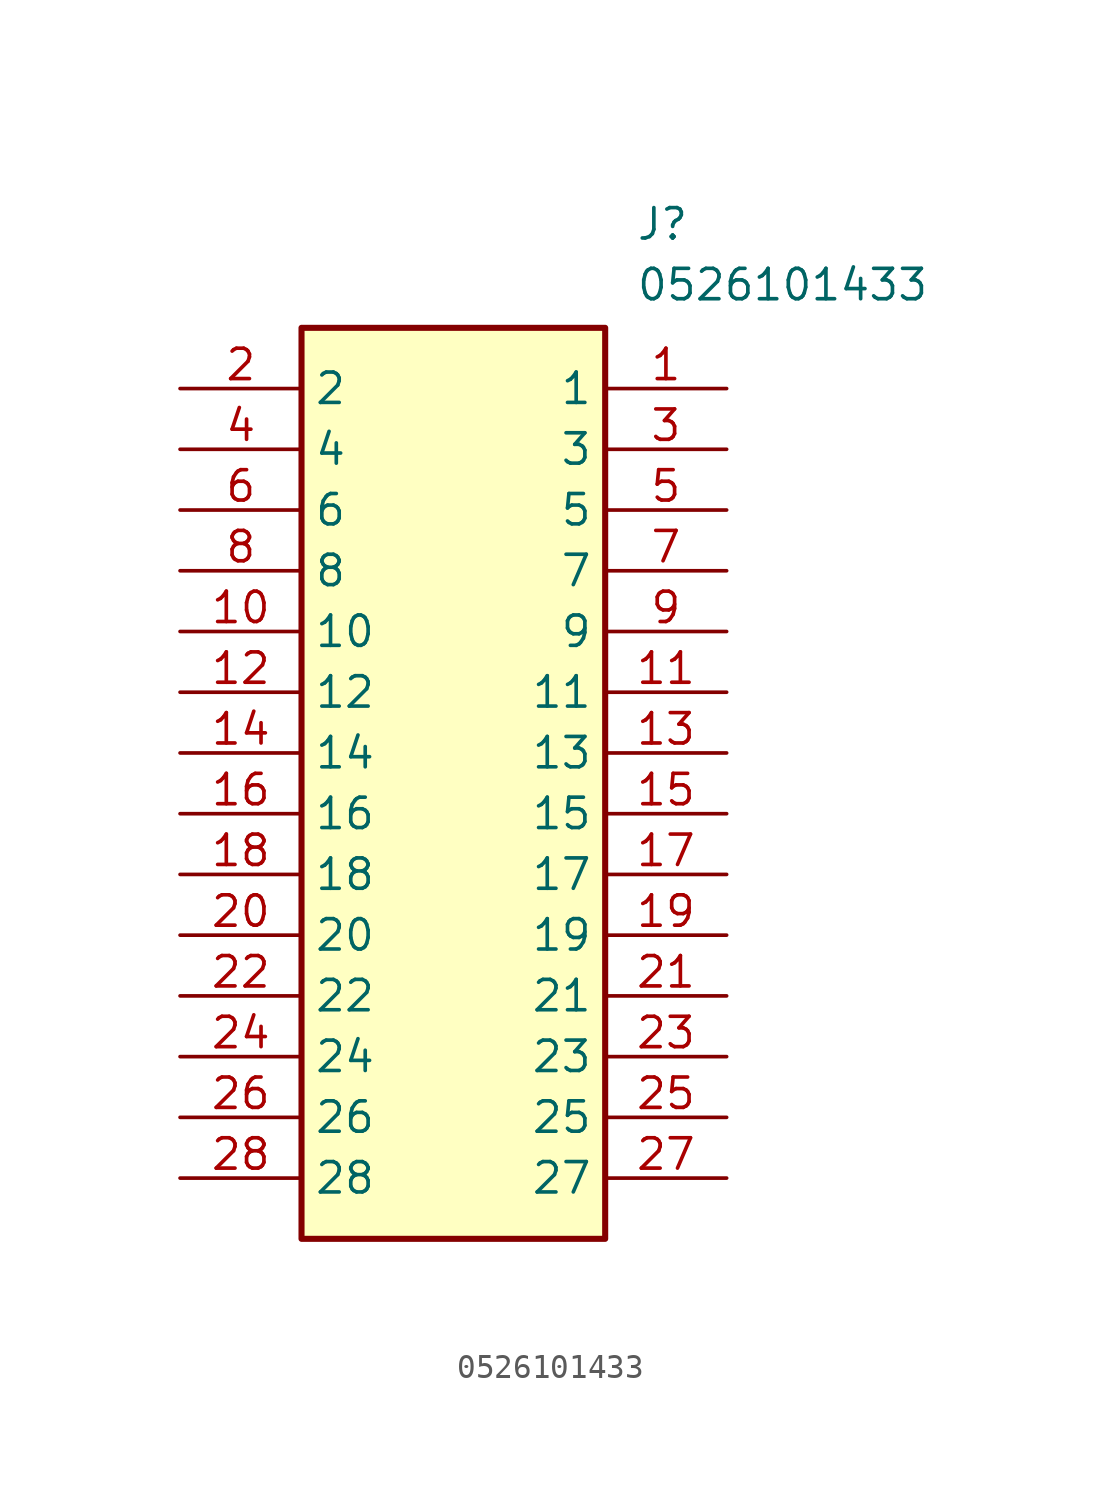
<source format=kicad_sym>
(kicad_symbol_lib
  (version 20211014)
  (generator SamacSys_ECAD_Model)
  (symbol "0526101433"
    (property "Reference" "J"
      (at 19.05 7.62 0)
      (effects (font (size 1.27 1.27)) (justify left top)))
    (property "Value" "0526101433"
      (at 19.05 5.08 0)
      (effects (font (size 1.27 1.27)) (justify left top)))
    (rectangle
      (start 5.08 2.54)
      (end 17.78 -35.56)
      (stroke (width 0.254) (type default))
      (fill (type background)))
    (pin passive line
      (at 22.86 0 180)
      (length 5.08)
      (name "1" (effects (font (size 1.27 1.27))))
      (number "1" (effects (font (size 1.27 1.27)))))
    (pin passive line
      (at 0 0 0)
      (length 5.08)
      (name "2" (effects (font (size 1.27 1.27))))
      (number "2" (effects (font (size 1.27 1.27)))))
    (pin passive line
      (at 22.86 -2.54 180)
      (length 5.08)
      (name "3" (effects (font (size 1.27 1.27))))
      (number "3" (effects (font (size 1.27 1.27)))))
    (pin passive line
      (at 0 -2.54 0)
      (length 5.08)
      (name "4" (effects (font (size 1.27 1.27))))
      (number "4" (effects (font (size 1.27 1.27)))))
    (pin passive line
      (at 22.86 -5.08 180)
      (length 5.08)
      (name "5" (effects (font (size 1.27 1.27))))
      (number "5" (effects (font (size 1.27 1.27)))))
    (pin passive line
      (at 0 -5.08 0)
      (length 5.08)
      (name "6" (effects (font (size 1.27 1.27))))
      (number "6" (effects (font (size 1.27 1.27)))))
    (pin passive line
      (at 22.86 -7.62 180)
      (length 5.08)
      (name "7" (effects (font (size 1.27 1.27))))
      (number "7" (effects (font (size 1.27 1.27)))))
    (pin passive line
      (at 0 -7.62 0)
      (length 5.08)
      (name "8" (effects (font (size 1.27 1.27))))
      (number "8" (effects (font (size 1.27 1.27)))))
    (pin passive line
      (at 22.86 -10.16 180)
      (length 5.08)
      (name "9" (effects (font (size 1.27 1.27))))
      (number "9" (effects (font (size 1.27 1.27)))))
    (pin passive line
      (at 0 -10.16 0)
      (length 5.08)
      (name "10" (effects (font (size 1.27 1.27))))
      (number "10" (effects (font (size 1.27 1.27)))))
    (pin passive line
      (at 22.86 -12.7 180)
      (length 5.08)
      (name "11" (effects (font (size 1.27 1.27))))
      (number "11" (effects (font (size 1.27 1.27)))))
    (pin passive line
      (at 0 -12.7 0)
      (length 5.08)
      (name "12" (effects (font (size 1.27 1.27))))
      (number "12" (effects (font (size 1.27 1.27)))))
    (pin passive line
      (at 22.86 -15.24 180)
      (length 5.08)
      (name "13" (effects (font (size 1.27 1.27))))
      (number "13" (effects (font (size 1.27 1.27)))))
    (pin passive line
      (at 0 -15.24 0)
      (length 5.08)
      (name "14" (effects (font (size 1.27 1.27))))
      (number "14" (effects (font (size 1.27 1.27)))))
    (pin passive line
      (at 22.86 -17.78 180)
      (length 5.08)
      (name "15" (effects (font (size 1.27 1.27))))
      (number "15" (effects (font (size 1.27 1.27)))))
    (pin passive line
      (at 0 -17.78 0)
      (length 5.08)
      (name "16" (effects (font (size 1.27 1.27))))
      (number "16" (effects (font (size 1.27 1.27)))))
    (pin passive line
      (at 22.86 -20.32 180)
      (length 5.08)
      (name "17" (effects (font (size 1.27 1.27))))
      (number "17" (effects (font (size 1.27 1.27)))))
    (pin passive line
      (at 0 -20.32 0)
      (length 5.08)
      (name "18" (effects (font (size 1.27 1.27))))
      (number "18" (effects (font (size 1.27 1.27)))))
    (pin passive line
      (at 22.86 -22.86 180)
      (length 5.08)
      (name "19" (effects (font (size 1.27 1.27))))
      (number "19" (effects (font (size 1.27 1.27)))))
    (pin passive line
      (at 0 -22.86 0)
      (length 5.08)
      (name "20" (effects (font (size 1.27 1.27))))
      (number "20" (effects (font (size 1.27 1.27)))))
    (pin passive line
      (at 22.86 -25.4 180)
      (length 5.08)
      (name "21" (effects (font (size 1.27 1.27))))
      (number "21" (effects (font (size 1.27 1.27)))))
    (pin passive line
      (at 0 -25.4 0)
      (length 5.08)
      (name "22" (effects (font (size 1.27 1.27))))
      (number "22" (effects (font (size 1.27 1.27)))))
    (pin passive line
      (at 22.86 -27.94 180)
      (length 5.08)
      (name "23" (effects (font (size 1.27 1.27))))
      (number "23" (effects (font (size 1.27 1.27)))))
    (pin passive line
      (at 0 -27.94 0)
      (length 5.08)
      (name "24" (effects (font (size 1.27 1.27))))
      (number "24" (effects (font (size 1.27 1.27)))))
    (pin passive line
      (at 22.86 -30.48 180)
      (length 5.08)
      (name "25" (effects (font (size 1.27 1.27))))
      (number "25" (effects (font (size 1.27 1.27)))))
    (pin passive line
      (at 0 -30.48 0)
      (length 5.08)
      (name "26" (effects (font (size 1.27 1.27))))
      (number "26" (effects (font (size 1.27 1.27)))))
    (pin passive line
      (at 22.86 -33.02 180)
      (length 5.08)
      (name "27" (effects (font (size 1.27 1.27))))
      (number "27" (effects (font (size 1.27 1.27)))))
    (pin passive line
      (at 0 -33.02 0)
      (length 5.08)
      (name "28" (effects (font (size 1.27 1.27))))
      (number "28" (effects (font (size 1.27 1.27)))))))
</source>
